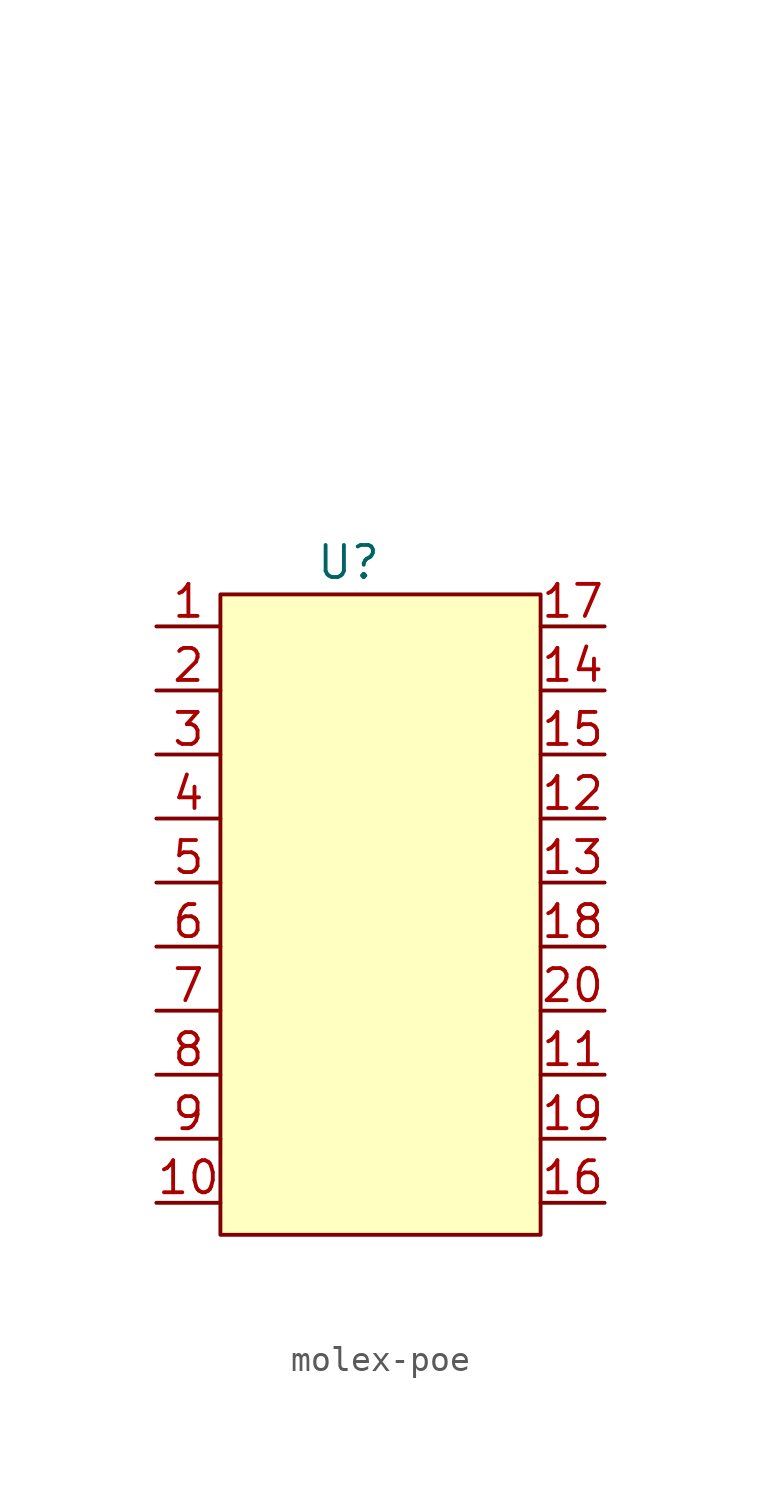
<source format=kicad_sym>
(kicad_symbol_lib
  (version 20220914)
  (generator kicad_symbol_editor)
  (symbol "molex-poe"
    (property "Reference" "U"
      (at -1.27 12.7 0)
      (effects (font (size 1.27 1.27))))
    (property "Value" ""
      (at 0 26.67 0)
      (effects (font (size 1.27 1.27))))
    (symbol "molex-poe_1_1"
      (rectangle (start -6.35 11.43) (end 6.35 -13.97) (stroke (width 0) (type default)) (fill (type background)))
      (pin input line (at -8.89 10.16 0) (length 2.54) (name "" (effects (font (size 1.27 1.27)))) (number "1" (effects (font (size 1.27 1.27)))))
      (pin input line (at -8.89 -12.7 0) (length 2.54) (name "" (effects (font (size 1.27 1.27)))) (number "10" (effects (font (size 1.27 1.27)))))
      (pin input line (at 8.89 -7.62 180) (length 2.54) (name "" (effects (font (size 1.27 1.27)))) (number "11" (effects (font (size 1.27 1.27)))))
      (pin input line (at 8.89 2.54 180) (length 2.54) (name "" (effects (font (size 1.27 1.27)))) (number "12" (effects (font (size 1.27 1.27)))))
      (pin input line (at 8.89 0 180) (length 2.54) (name "" (effects (font (size 1.27 1.27)))) (number "13" (effects (font (size 1.27 1.27)))))
      (pin input line (at 8.89 7.62 180) (length 2.54) (name "" (effects (font (size 1.27 1.27)))) (number "14" (effects (font (size 1.27 1.27)))))
      (pin input line (at 8.89 5.08 180) (length 2.54) (name "" (effects (font (size 1.27 1.27)))) (number "15" (effects (font (size 1.27 1.27)))))
      (pin input line (at 8.89 -12.7 180) (length 2.54) (name "" (effects (font (size 1.27 1.27)))) (number "16" (effects (font (size 1.27 1.27)))))
      (pin input line (at 8.89 10.16 180) (length 2.54) (name "" (effects (font (size 1.27 1.27)))) (number "17" (effects (font (size 1.27 1.27)))))
      (pin input line (at 8.89 -2.54 180) (length 2.54) (name "" (effects (font (size 1.27 1.27)))) (number "18" (effects (font (size 1.27 1.27)))))
      (pin input line (at 8.89 -10.16 180) (length 2.54) (name "" (effects (font (size 1.27 1.27)))) (number "19" (effects (font (size 1.27 1.27)))))
      (pin input line (at -8.89 7.62 0) (length 2.54) (name "" (effects (font (size 1.27 1.27)))) (number "2" (effects (font (size 1.27 1.27)))))
      (pin input line (at 8.89 -5.08 180) (length 2.54) (name "" (effects (font (size 1.27 1.27)))) (number "20" (effects (font (size 1.27 1.27)))))
      (pin input line (at -8.89 5.08 0) (length 2.54) (name "" (effects (font (size 1.27 1.27)))) (number "3" (effects (font (size 1.27 1.27)))))
      (pin input line (at -8.89 2.54 0) (length 2.54) (name "" (effects (font (size 1.27 1.27)))) (number "4" (effects (font (size 1.27 1.27)))))
      (pin input line (at -8.89 0 0) (length 2.54) (name "" (effects (font (size 1.27 1.27)))) (number "5" (effects (font (size 1.27 1.27)))))
      (pin input line (at -8.89 -2.54 0) (length 2.54) (name "" (effects (font (size 1.27 1.27)))) (number "6" (effects (font (size 1.27 1.27)))))
      (pin input line (at -8.89 -5.08 0) (length 2.54) (name "" (effects (font (size 1.27 1.27)))) (number "7" (effects (font (size 1.27 1.27)))))
      (pin input line (at -8.89 -7.62 0) (length 2.54) (name "" (effects (font (size 1.27 1.27)))) (number "8" (effects (font (size 1.27 1.27)))))
      (pin input line (at -8.89 -10.16 0) (length 2.54) (name "" (effects (font (size 1.27 1.27)))) (number "9" (effects (font (size 1.27 1.27))))))))
</source>
